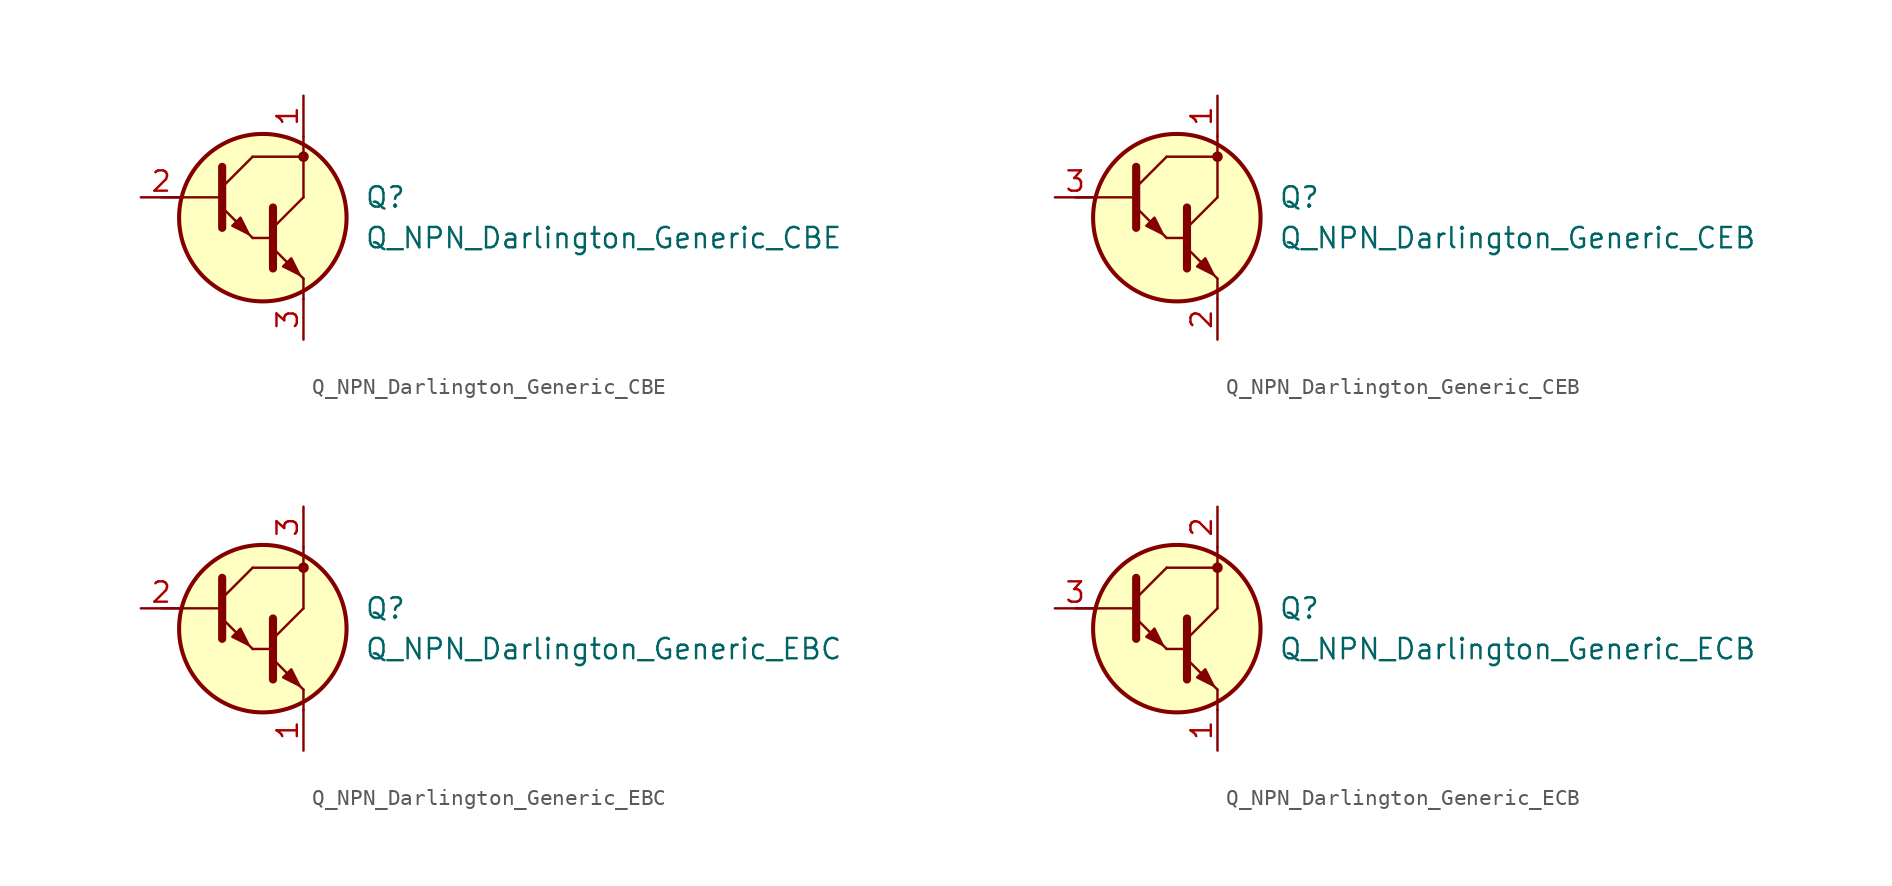
<source format=kicad_sym>
(kicad_symbol_lib
  (version 20220914)
  (generator kicad_symbol_editor)
  (symbol "Q_NPN_Darlington_Generic_CBE"
    (pin_names hide)
    (property "Reference" "Q"
      (at 6.35 1.27 0)
      (effects (font (size 1.27 1.27)) (justify left)))
    (property "Value" "Q_NPN_Darlington_Generic_CBE"
      (at 6.35 -1.27 0)
      (effects (font (size 1.27 1.27)) (justify left)))
    (symbol "Q_NPN_Darlington_Generic_CBE_0_1"
      (polyline (pts (xy -6.35 1.27) (xy -2.54 1.27)) (stroke (width 0) (type default)) (fill (type none)))
      (polyline (pts (xy -0.635 -1.27) (xy 0.635 -1.27)) (stroke (width 0) (type default)) (fill (type none)))
      (polyline (pts (xy 0.635 -0.635) (xy 2.54 1.27)) (stroke (width 0) (type default)) (fill (type none)))
      (polyline (pts (xy 2.54 -5.08) (xy 2.54 -3.81)) (stroke (width 0) (type default)) (fill (type none)))
      (polyline (pts (xy 2.54 3.81) (xy 2.54 5.08)) (stroke (width 0) (type default)) (fill (type none)))
      (polyline (pts (xy -0.635 3.81) (xy 2.54 3.81) (xy 2.54 1.27)) (stroke (width 0) (type default)) (fill (type none)))
      (polyline (pts (xy 0.635 -1.905) (xy 2.54 -3.81) (xy 2.54 -3.81)) (stroke (width 0) (type default)) (fill (type none)))
      (polyline (pts (xy 0.635 0.635) (xy 0.635 -3.175) (xy 0.635 -3.175)) (stroke (width 0.508) (type default)) (fill (type none)))
      (polyline (pts (xy 1.27 -3.048) (xy 1.778 -2.54) (xy 2.286 -3.556) (xy 1.27 -3.048) (xy 1.27 -3.048)) (stroke (width 0) (type default)) (fill (type outline)))
      (circle (center 0 0) (radius 5.232) (stroke (width 0.254) (type default)) (fill (type background)))
      (circle (center 2.54 3.81) (radius 0.254) (stroke (width 0) (type default)) (fill (type outline))))
    (symbol "Q_NPN_Darlington_Generic_CBE_1_1"
      (polyline (pts (xy -2.54 1.905) (xy -0.635 3.81)) (stroke (width 0) (type default)) (fill (type none)))
      (polyline (pts (xy -2.54 0.635) (xy -0.635 -1.27) (xy -0.635 -1.27)) (stroke (width 0) (type default)) (fill (type none)))
      (polyline (pts (xy -2.54 3.175) (xy -2.54 -0.635) (xy -2.54 -0.635)) (stroke (width 0.508) (type default)) (fill (type none)))
      (polyline (pts (xy -1.905 -0.508) (xy -1.397 0) (xy -0.889 -1.016) (xy -1.905 -0.508) (xy -1.905 -0.508)) (stroke (width 0) (type default)) (fill (type outline)))
      (pin passive line (at 2.54 7.62 270) (length 2.54) (name "C" (effects (font (size 1.27 1.27)))) (number "1" (effects (font (size 1.27 1.27)))))
      (pin input line (at -7.62 1.27 0) (length 2.54) (name "B" (effects (font (size 1.27 1.27)))) (number "2" (effects (font (size 1.27 1.27)))))
      (pin passive line (at 2.54 -7.62 90) (length 2.54) (name "E" (effects (font (size 1.27 1.27)))) (number "3" (effects (font (size 1.27 1.27)))))))
  (symbol "Q_NPN_Darlington_Generic_CEB"
    (pin_names hide)
    (property "Reference" "Q"
      (at 6.35 1.27 0)
      (effects (font (size 1.27 1.27)) (justify left)))
    (property "Value" "Q_NPN_Darlington_Generic_CEB"
      (at 6.35 -1.27 0)
      (effects (font (size 1.27 1.27)) (justify left)))
    (symbol "Q_NPN_Darlington_Generic_CEB_0_1"
      (polyline (pts (xy -6.35 1.27) (xy -2.54 1.27)) (stroke (width 0) (type default)) (fill (type none)))
      (polyline (pts (xy -0.635 -1.27) (xy 0.635 -1.27)) (stroke (width 0) (type default)) (fill (type none)))
      (polyline (pts (xy 0.635 -0.635) (xy 2.54 1.27)) (stroke (width 0) (type default)) (fill (type none)))
      (polyline (pts (xy 2.54 -5.08) (xy 2.54 -3.81)) (stroke (width 0) (type default)) (fill (type none)))
      (polyline (pts (xy 2.54 3.81) (xy 2.54 5.08)) (stroke (width 0) (type default)) (fill (type none)))
      (polyline (pts (xy -0.635 3.81) (xy 2.54 3.81) (xy 2.54 1.27)) (stroke (width 0) (type default)) (fill (type none)))
      (polyline (pts (xy 0.635 -1.905) (xy 2.54 -3.81) (xy 2.54 -3.81)) (stroke (width 0) (type default)) (fill (type none)))
      (polyline (pts (xy 0.635 0.635) (xy 0.635 -3.175) (xy 0.635 -3.175)) (stroke (width 0.508) (type default)) (fill (type none)))
      (polyline (pts (xy 1.27 -3.048) (xy 1.778 -2.54) (xy 2.286 -3.556) (xy 1.27 -3.048) (xy 1.27 -3.048)) (stroke (width 0) (type default)) (fill (type outline)))
      (circle (center 0 0) (radius 5.232) (stroke (width 0.254) (type default)) (fill (type background)))
      (circle (center 2.54 3.81) (radius 0.254) (stroke (width 0) (type default)) (fill (type outline))))
    (symbol "Q_NPN_Darlington_Generic_CEB_1_1"
      (polyline (pts (xy -2.54 1.905) (xy -0.635 3.81)) (stroke (width 0) (type default)) (fill (type none)))
      (polyline (pts (xy -2.54 0.635) (xy -0.635 -1.27) (xy -0.635 -1.27)) (stroke (width 0) (type default)) (fill (type none)))
      (polyline (pts (xy -2.54 3.175) (xy -2.54 -0.635) (xy -2.54 -0.635)) (stroke (width 0.508) (type default)) (fill (type none)))
      (polyline (pts (xy -1.905 -0.508) (xy -1.397 0) (xy -0.889 -1.016) (xy -1.905 -0.508) (xy -1.905 -0.508)) (stroke (width 0) (type default)) (fill (type outline)))
      (pin passive line (at 2.54 7.62 270) (length 2.54) (name "C" (effects (font (size 1.27 1.27)))) (number "1" (effects (font (size 1.27 1.27)))))
      (pin passive line (at 2.54 -7.62 90) (length 2.54) (name "E" (effects (font (size 1.27 1.27)))) (number "2" (effects (font (size 1.27 1.27)))))
      (pin input line (at -7.62 1.27 0) (length 2.54) (name "B" (effects (font (size 1.27 1.27)))) (number "3" (effects (font (size 1.27 1.27)))))))
  (symbol "Q_NPN_Darlington_Generic_EBC"
    (pin_names hide)
    (property "Reference" "Q"
      (at 6.35 1.27 0)
      (effects (font (size 1.27 1.27)) (justify left)))
    (property "Value" "Q_NPN_Darlington_Generic_EBC"
      (at 6.35 -1.27 0)
      (effects (font (size 1.27 1.27)) (justify left)))
    (symbol "Q_NPN_Darlington_Generic_EBC_0_1"
      (polyline (pts (xy -6.35 1.27) (xy -2.54 1.27)) (stroke (width 0) (type default)) (fill (type none)))
      (polyline (pts (xy -0.635 -1.27) (xy 0.635 -1.27)) (stroke (width 0) (type default)) (fill (type none)))
      (polyline (pts (xy 0.635 -0.635) (xy 2.54 1.27)) (stroke (width 0) (type default)) (fill (type none)))
      (polyline (pts (xy 2.54 -5.08) (xy 2.54 -3.81)) (stroke (width 0) (type default)) (fill (type none)))
      (polyline (pts (xy 2.54 3.81) (xy 2.54 5.08)) (stroke (width 0) (type default)) (fill (type none)))
      (polyline (pts (xy -0.635 3.81) (xy 2.54 3.81) (xy 2.54 1.27)) (stroke (width 0) (type default)) (fill (type none)))
      (polyline (pts (xy 0.635 -1.905) (xy 2.54 -3.81) (xy 2.54 -3.81)) (stroke (width 0) (type default)) (fill (type none)))
      (polyline (pts (xy 0.635 0.635) (xy 0.635 -3.175) (xy 0.635 -3.175)) (stroke (width 0.508) (type default)) (fill (type none)))
      (polyline (pts (xy 1.27 -3.048) (xy 1.778 -2.54) (xy 2.286 -3.556) (xy 1.27 -3.048) (xy 1.27 -3.048)) (stroke (width 0) (type default)) (fill (type outline)))
      (circle (center 0 0) (radius 5.232) (stroke (width 0.254) (type default)) (fill (type background)))
      (circle (center 2.54 3.81) (radius 0.254) (stroke (width 0) (type default)) (fill (type outline))))
    (symbol "Q_NPN_Darlington_Generic_EBC_1_1"
      (polyline (pts (xy -2.54 1.905) (xy -0.635 3.81)) (stroke (width 0) (type default)) (fill (type none)))
      (polyline (pts (xy -2.54 0.635) (xy -0.635 -1.27) (xy -0.635 -1.27)) (stroke (width 0) (type default)) (fill (type none)))
      (polyline (pts (xy -2.54 3.175) (xy -2.54 -0.635) (xy -2.54 -0.635)) (stroke (width 0.508) (type default)) (fill (type none)))
      (polyline (pts (xy -1.905 -0.508) (xy -1.397 0) (xy -0.889 -1.016) (xy -1.905 -0.508) (xy -1.905 -0.508)) (stroke (width 0) (type default)) (fill (type outline)))
      (pin passive line (at 2.54 -7.62 90) (length 2.54) (name "E" (effects (font (size 1.27 1.27)))) (number "1" (effects (font (size 1.27 1.27)))))
      (pin input line (at -7.62 1.27 0) (length 2.54) (name "B" (effects (font (size 1.27 1.27)))) (number "2" (effects (font (size 1.27 1.27)))))
      (pin passive line (at 2.54 7.62 270) (length 2.54) (name "C" (effects (font (size 1.27 1.27)))) (number "3" (effects (font (size 1.27 1.27)))))))
  (symbol "Q_NPN_Darlington_Generic_ECB"
    (pin_names hide)
    (property "Reference" "Q"
      (at 6.35 1.27 0)
      (effects (font (size 1.27 1.27)) (justify left)))
    (property "Value" "Q_NPN_Darlington_Generic_ECB"
      (at 6.35 -1.27 0)
      (effects (font (size 1.27 1.27)) (justify left)))
    (symbol "Q_NPN_Darlington_Generic_ECB_0_1"
      (polyline (pts (xy -6.35 1.27) (xy -2.54 1.27)) (stroke (width 0) (type default)) (fill (type none)))
      (polyline (pts (xy -0.635 -1.27) (xy 0.635 -1.27)) (stroke (width 0) (type default)) (fill (type none)))
      (polyline (pts (xy 0.635 -0.635) (xy 2.54 1.27)) (stroke (width 0) (type default)) (fill (type none)))
      (polyline (pts (xy 2.54 -5.08) (xy 2.54 -3.81)) (stroke (width 0) (type default)) (fill (type none)))
      (polyline (pts (xy 2.54 3.81) (xy 2.54 5.08)) (stroke (width 0) (type default)) (fill (type none)))
      (polyline (pts (xy -0.635 3.81) (xy 2.54 3.81) (xy 2.54 1.27)) (stroke (width 0) (type default)) (fill (type none)))
      (polyline (pts (xy 0.635 -1.905) (xy 2.54 -3.81) (xy 2.54 -3.81)) (stroke (width 0) (type default)) (fill (type none)))
      (polyline (pts (xy 0.635 0.635) (xy 0.635 -3.175) (xy 0.635 -3.175)) (stroke (width 0.508) (type default)) (fill (type none)))
      (polyline (pts (xy 1.27 -3.048) (xy 1.778 -2.54) (xy 2.286 -3.556) (xy 1.27 -3.048) (xy 1.27 -3.048)) (stroke (width 0) (type default)) (fill (type outline)))
      (circle (center 0 0) (radius 5.232) (stroke (width 0.254) (type default)) (fill (type background)))
      (circle (center 2.54 3.81) (radius 0.254) (stroke (width 0) (type default)) (fill (type outline))))
    (symbol "Q_NPN_Darlington_Generic_ECB_1_1"
      (polyline (pts (xy -2.54 1.905) (xy -0.635 3.81)) (stroke (width 0) (type default)) (fill (type none)))
      (polyline (pts (xy -2.54 0.635) (xy -0.635 -1.27) (xy -0.635 -1.27)) (stroke (width 0) (type default)) (fill (type none)))
      (polyline (pts (xy -2.54 3.175) (xy -2.54 -0.635) (xy -2.54 -0.635)) (stroke (width 0.508) (type default)) (fill (type none)))
      (polyline (pts (xy -1.905 -0.508) (xy -1.397 0) (xy -0.889 -1.016) (xy -1.905 -0.508) (xy -1.905 -0.508)) (stroke (width 0) (type default)) (fill (type outline)))
      (pin passive line (at 2.54 -7.62 90) (length 2.54) (name "E" (effects (font (size 1.27 1.27)))) (number "1" (effects (font (size 1.27 1.27)))))
      (pin passive line (at 2.54 7.62 270) (length 2.54) (name "C" (effects (font (size 1.27 1.27)))) (number "2" (effects (font (size 1.27 1.27)))))
      (pin input line (at -7.62 1.27 0) (length 2.54) (name "B" (effects (font (size 1.27 1.27)))) (number "3" (effects (font (size 1.27 1.27))))))))
</source>
